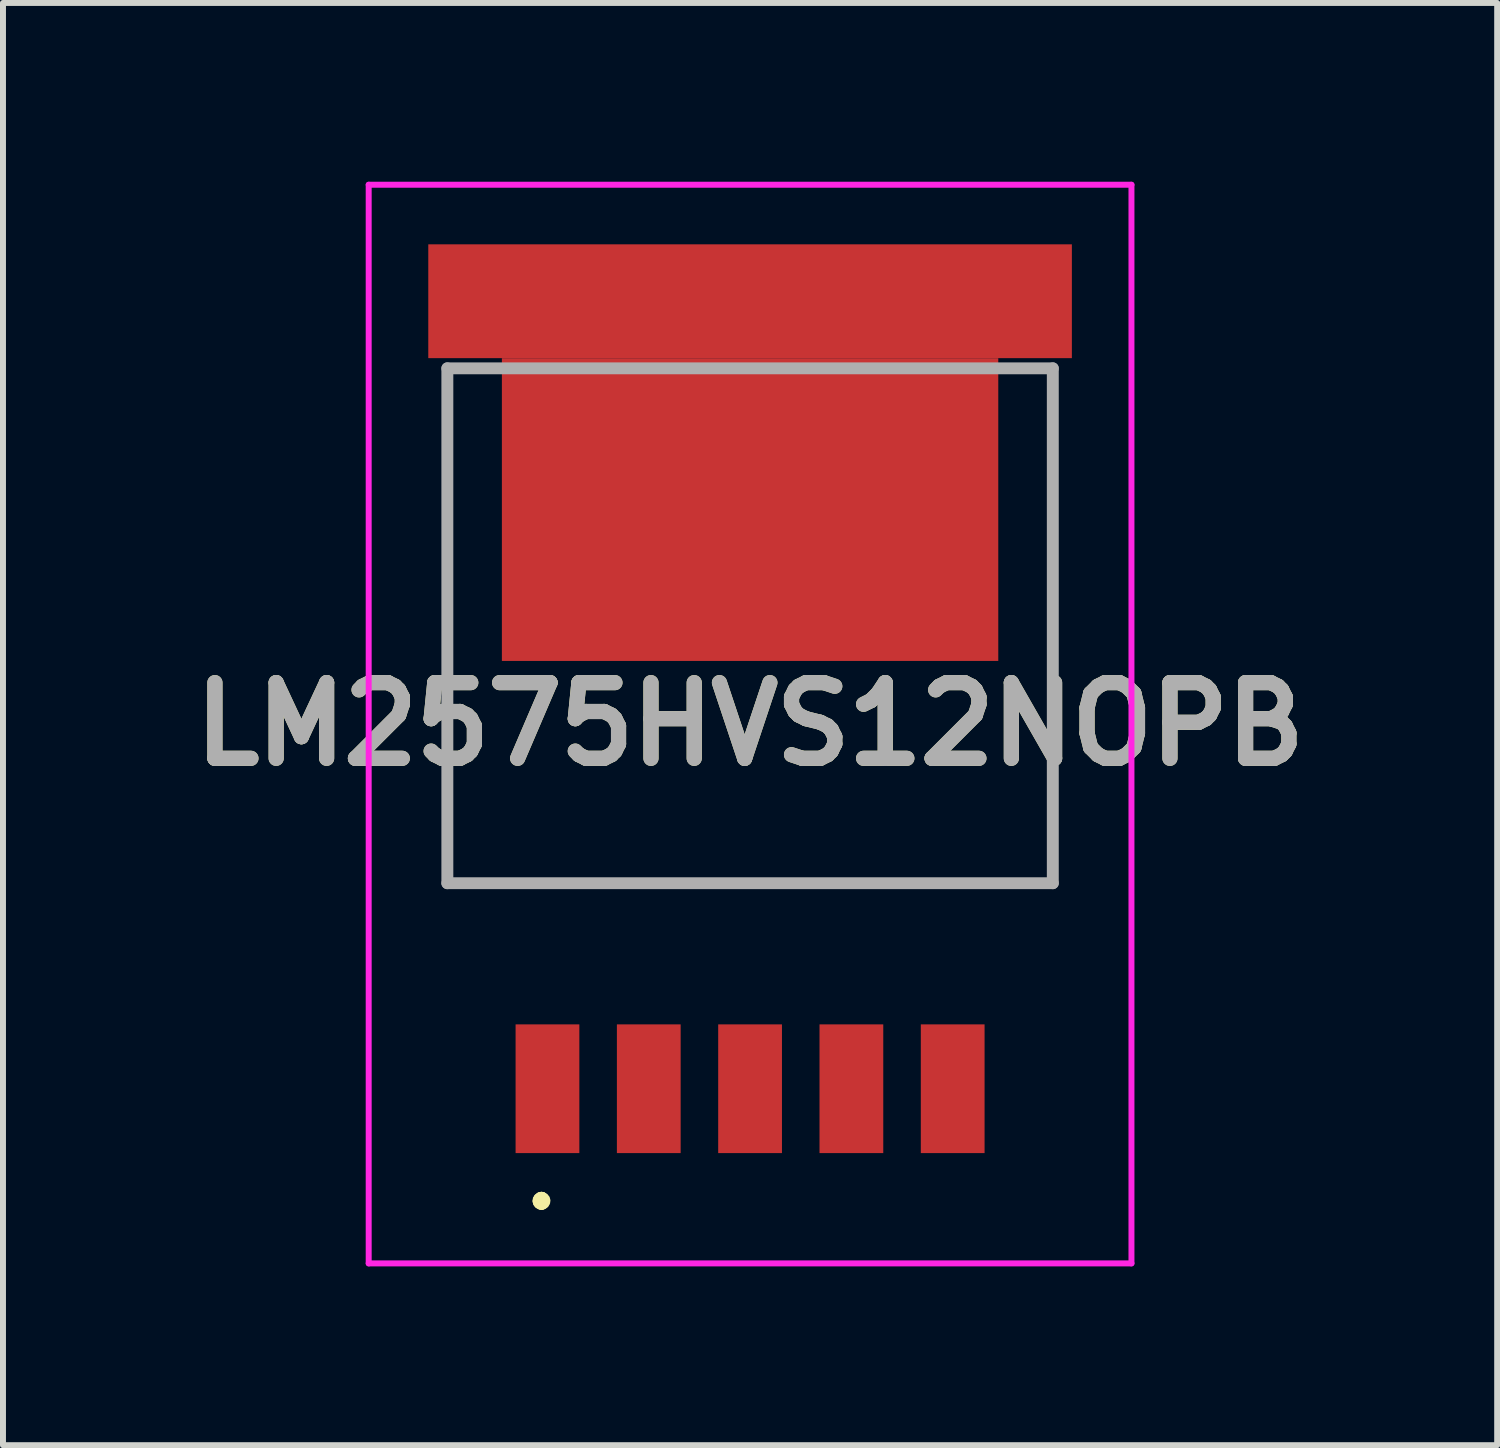
<source format=kicad_pcb>
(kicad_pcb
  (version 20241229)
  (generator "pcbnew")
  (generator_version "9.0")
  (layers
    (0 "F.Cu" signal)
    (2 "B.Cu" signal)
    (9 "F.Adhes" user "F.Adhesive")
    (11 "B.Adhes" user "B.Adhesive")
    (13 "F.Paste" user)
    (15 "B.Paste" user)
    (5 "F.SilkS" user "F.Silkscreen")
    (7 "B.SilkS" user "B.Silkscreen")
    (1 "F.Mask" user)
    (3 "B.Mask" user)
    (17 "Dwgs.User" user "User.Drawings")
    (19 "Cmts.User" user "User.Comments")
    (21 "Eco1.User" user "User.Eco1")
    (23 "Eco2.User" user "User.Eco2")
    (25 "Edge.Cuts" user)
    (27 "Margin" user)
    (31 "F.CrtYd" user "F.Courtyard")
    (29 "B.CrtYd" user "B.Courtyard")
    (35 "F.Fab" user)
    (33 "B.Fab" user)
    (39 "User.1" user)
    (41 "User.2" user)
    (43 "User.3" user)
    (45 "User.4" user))
  (footprint "LM2575HVS12NOPB"
    (layer "F.Cu")
    (at 9.537 7.451)
    (property "Reference" "LM2575HVS12NOPB" (at 0 1.65 0) (layer "F.SilkS") (effects (font (size 1.27 1.27) (thickness 0.254))))
    (attr smd)
    (fp_line (start -5.08 -3.7) (end -5.08 4.32) (stroke (width 0.1) (type solid)) (layer "F.SilkS"))
    (fp_line (start -5.08 4.32) (end 5.08 4.3) (stroke (width 0.1) (type solid)) (layer "F.SilkS"))
    (fp_line (start -3.5 9.6) (end -3.5 9.6) (stroke (width 0.2) (type solid)) (layer "F.SilkS"))
    (fp_line (start -3.5 9.6) (end -3.5 9.6) (stroke (width 0.2) (type solid)) (layer "F.SilkS"))
    (fp_line (start -3.5 9.7) (end -3.5 9.7) (stroke (width 0.2) (type solid)) (layer "F.SilkS"))
    (fp_line (start 5.08 4.3) (end 5.08 -3.95) (stroke (width 0.1) (type solid)) (layer "F.SilkS"))
    (fp_arc (start -3.5 9.6) (mid -3.45 9.65) (end -3.5 9.7) (stroke (width 0.2) (type solid)) (layer "F.SilkS"))
    (fp_arc (start -3.5 9.7) (mid -3.55 9.65) (end -3.5 9.6) (stroke (width 0.2) (type solid)) (layer "F.SilkS"))
    (fp_arc (start -3.5 9.7) (mid -3.55 9.65) (end -3.5 9.6) (stroke (width 0.2) (type solid)) (layer "F.SilkS"))
    (fp_line (start -6.4 -7.401) (end 6.4 -7.401) (stroke (width 0.1) (type solid)) (layer "F.CrtYd"))
    (fp_line (start -6.4 10.7) (end -6.4 -7.401) (stroke (width 0.1) (type solid)) (layer "F.CrtYd"))
    (fp_line (start 6.4 -7.401) (end 6.4 10.7) (stroke (width 0.1) (type solid)) (layer "F.CrtYd"))
    (fp_line (start 6.4 10.7) (end -6.4 10.7) (stroke (width 0.1) (type solid)) (layer "F.CrtYd"))
    (fp_line (start -5.08 -4.32) (end 5.08 -4.32) (stroke (width 0.2) (type solid)) (layer "F.Fab"))
    (fp_line (start -5.08 4.32) (end -5.08 -4.32) (stroke (width 0.2) (type solid)) (layer "F.Fab"))
    (fp_line (start 5.08 -4.32) (end 5.08 4.32) (stroke (width 0.2) (type solid)) (layer "F.Fab"))
    (fp_line (start 5.08 4.32) (end -5.08 4.32) (stroke (width 0.2) (type solid)) (layer "F.Fab"))
    (fp_text user "${REFERENCE}" (at 0 1.65 0) (layer "F.Fab") (effects (font (size 1.27 1.27) (thickness 0.254))))
    (pad "1" smd rect (at -3.4 7.769) (size 1.07 2.16) (layers "F.Cu" "F.Mask" "F.Paste"))
    (pad "2" smd rect (at -1.7 7.769) (size 1.07 2.16) (layers "F.Cu" "F.Mask" "F.Paste"))
    (pad "3" smd rect (at 0 7.769) (size 1.07 2.16) (layers "F.Cu" "F.Mask" "F.Paste"))
    (pad "4" smd rect (at 1.7 7.769) (size 1.07 2.16) (layers "F.Cu" "F.Mask" "F.Paste"))
    (pad "5" smd rect (at 3.4 7.769) (size 1.07 2.16) (layers "F.Cu" "F.Mask" "F.Paste"))
    (pad "6" smd rect (at 0 -5.446 90) (size 1.91 10.8) (layers "F.Cu" "F.Mask" "F.Paste"))
    (pad "7" smd rect (at 0 -1.95 90) (size 5.08 8.33) (layers "F.Cu" "F.Mask" "F.Paste")))
  (gr_rect
    (start -3 -3)
    (end 22.074 21.201)
    (stroke (width 0.1) (type default))
    (fill no)
    (layer "Edge.Cuts")))
</source>
